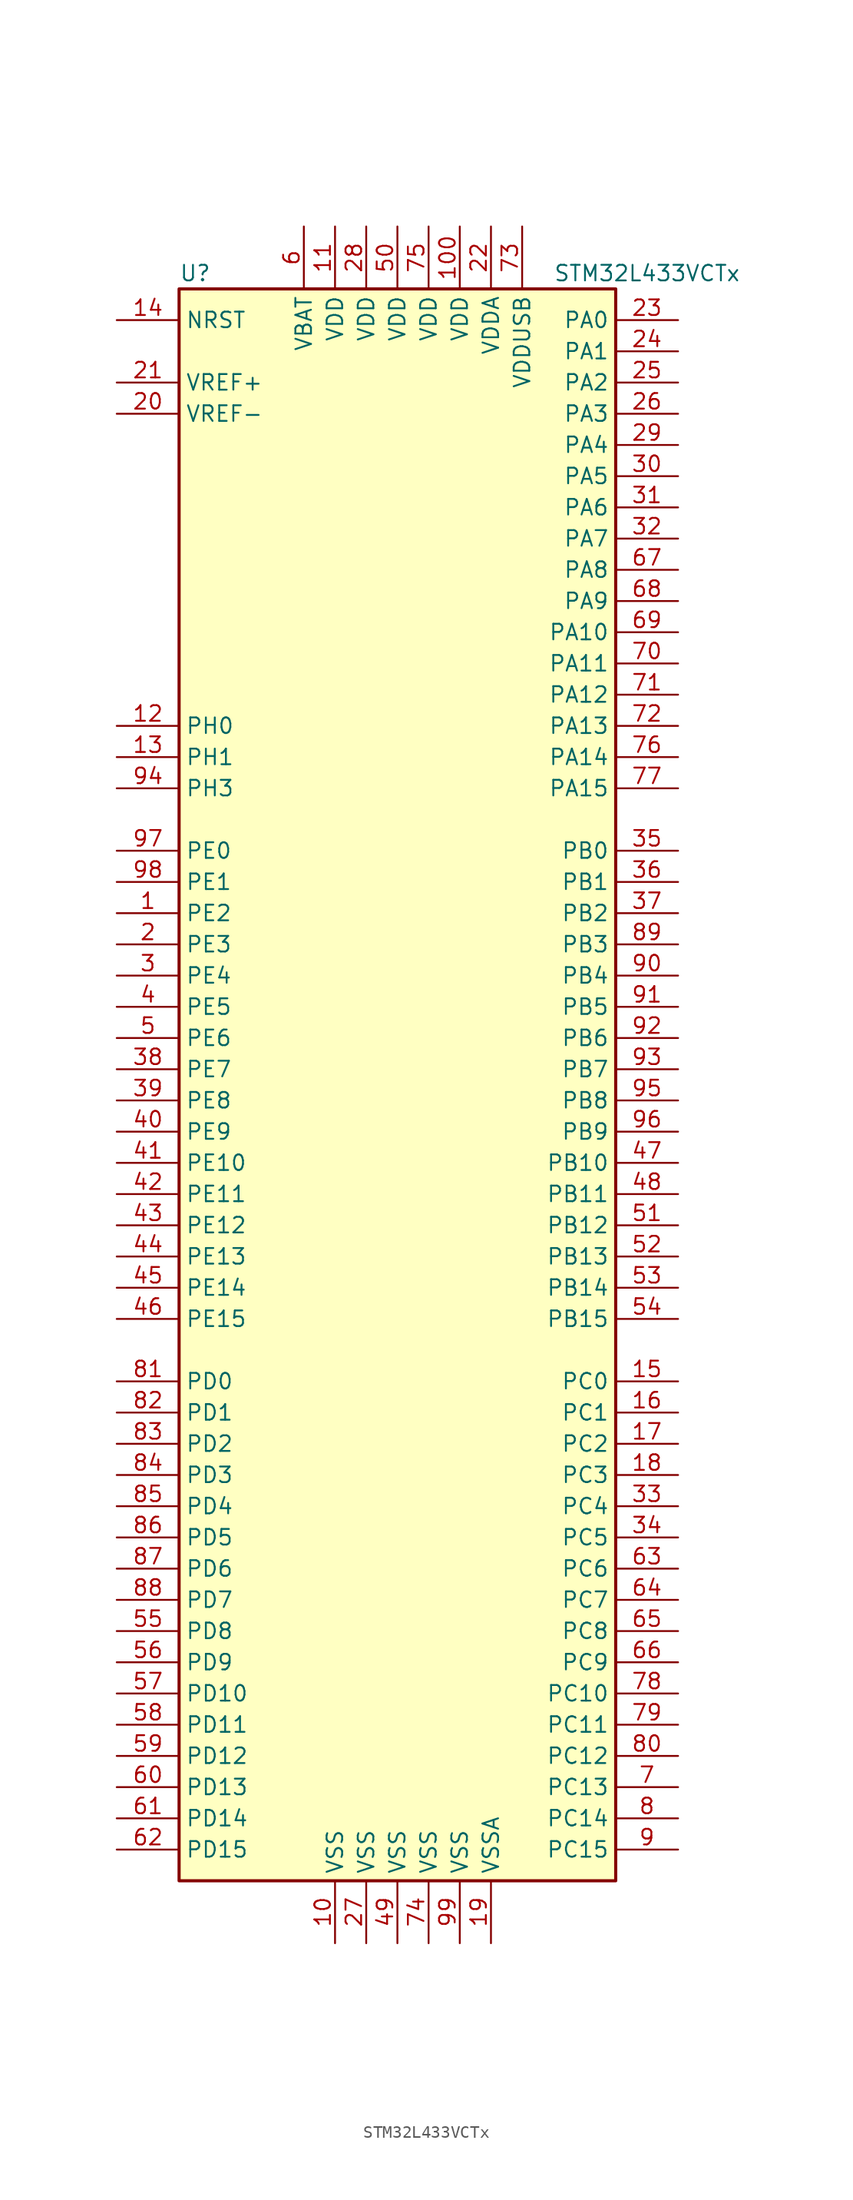
<source format=kicad_sym>
(kicad_symbol_lib
  (version 20220914)
  (generator kicad_symbol_editor)
  (symbol "STM32L433VCTx"
    (property "Reference" "U"
      (at -17.78 64.77 0)
      (effects (font (size 1.27 1.27)) (justify left)))
    (property "Value" "STM32L433VCTx"
      (at 12.7 64.77 0)
      (effects (font (size 1.27 1.27)) (justify left)))
    (symbol "STM32L433VCTx_0_1"
      (rectangle (start -17.78 -66.04) (end 17.78 63.5) (stroke (width 0.254) (type default)) (fill (type background))))
    (symbol "STM32L433VCTx_1_1"
      (pin bidirectional line (at -22.86 12.7 0) (length 5.08) (name "PE2" (effects (font (size 1.27 1.27)))) (number "1" (effects (font (size 1.27 1.27)))))
      (pin power_in line (at -5.08 -71.12 90) (length 5.08) (name "VSS" (effects (font (size 1.27 1.27)))) (number "10" (effects (font (size 1.27 1.27)))))
      (pin power_in line (at 5.08 68.58 270) (length 5.08) (name "VDD" (effects (font (size 1.27 1.27)))) (number "100" (effects (font (size 1.27 1.27)))))
      (pin power_in line (at -5.08 68.58 270) (length 5.08) (name "VDD" (effects (font (size 1.27 1.27)))) (number "11" (effects (font (size 1.27 1.27)))))
      (pin input line (at -22.86 27.94 0) (length 5.08) (name "PH0" (effects (font (size 1.27 1.27)))) (number "12" (effects (font (size 1.27 1.27)))))
      (pin input line (at -22.86 25.4 0) (length 5.08) (name "PH1" (effects (font (size 1.27 1.27)))) (number "13" (effects (font (size 1.27 1.27)))))
      (pin input line (at -22.86 60.96 0) (length 5.08) (name "NRST" (effects (font (size 1.27 1.27)))) (number "14" (effects (font (size 1.27 1.27)))))
      (pin bidirectional line (at 22.86 -25.4 180) (length 5.08) (name "PC0" (effects (font (size 1.27 1.27)))) (number "15" (effects (font (size 1.27 1.27)))))
      (pin bidirectional line (at 22.86 -27.94 180) (length 5.08) (name "PC1" (effects (font (size 1.27 1.27)))) (number "16" (effects (font (size 1.27 1.27)))))
      (pin bidirectional line (at 22.86 -30.48 180) (length 5.08) (name "PC2" (effects (font (size 1.27 1.27)))) (number "17" (effects (font (size 1.27 1.27)))))
      (pin bidirectional line (at 22.86 -33.02 180) (length 5.08) (name "PC3" (effects (font (size 1.27 1.27)))) (number "18" (effects (font (size 1.27 1.27)))))
      (pin power_in line (at 7.62 -71.12 90) (length 5.08) (name "VSSA" (effects (font (size 1.27 1.27)))) (number "19" (effects (font (size 1.27 1.27)))))
      (pin bidirectional line (at -22.86 10.16 0) (length 5.08) (name "PE3" (effects (font (size 1.27 1.27)))) (number "2" (effects (font (size 1.27 1.27)))))
      (pin power_in line (at -22.86 53.34 0) (length 5.08) (name "VREF-" (effects (font (size 1.27 1.27)))) (number "20" (effects (font (size 1.27 1.27)))))
      (pin bidirectional line (at -22.86 55.88 0) (length 5.08) (name "VREF+" (effects (font (size 1.27 1.27)))) (number "21" (effects (font (size 1.27 1.27)))))
      (pin power_in line (at 7.62 68.58 270) (length 5.08) (name "VDDA" (effects (font (size 1.27 1.27)))) (number "22" (effects (font (size 1.27 1.27)))))
      (pin bidirectional line (at 22.86 60.96 180) (length 5.08) (name "PA0" (effects (font (size 1.27 1.27)))) (number "23" (effects (font (size 1.27 1.27)))))
      (pin bidirectional line (at 22.86 58.42 180) (length 5.08) (name "PA1" (effects (font (size 1.27 1.27)))) (number "24" (effects (font (size 1.27 1.27)))))
      (pin bidirectional line (at 22.86 55.88 180) (length 5.08) (name "PA2" (effects (font (size 1.27 1.27)))) (number "25" (effects (font (size 1.27 1.27)))))
      (pin bidirectional line (at 22.86 53.34 180) (length 5.08) (name "PA3" (effects (font (size 1.27 1.27)))) (number "26" (effects (font (size 1.27 1.27)))))
      (pin power_in line (at -2.54 -71.12 90) (length 5.08) (name "VSS" (effects (font (size 1.27 1.27)))) (number "27" (effects (font (size 1.27 1.27)))))
      (pin power_in line (at -2.54 68.58 270) (length 5.08) (name "VDD" (effects (font (size 1.27 1.27)))) (number "28" (effects (font (size 1.27 1.27)))))
      (pin bidirectional line (at 22.86 50.8 180) (length 5.08) (name "PA4" (effects (font (size 1.27 1.27)))) (number "29" (effects (font (size 1.27 1.27)))))
      (pin bidirectional line (at -22.86 7.62 0) (length 5.08) (name "PE4" (effects (font (size 1.27 1.27)))) (number "3" (effects (font (size 1.27 1.27)))))
      (pin bidirectional line (at 22.86 48.26 180) (length 5.08) (name "PA5" (effects (font (size 1.27 1.27)))) (number "30" (effects (font (size 1.27 1.27)))))
      (pin bidirectional line (at 22.86 45.72 180) (length 5.08) (name "PA6" (effects (font (size 1.27 1.27)))) (number "31" (effects (font (size 1.27 1.27)))))
      (pin bidirectional line (at 22.86 43.18 180) (length 5.08) (name "PA7" (effects (font (size 1.27 1.27)))) (number "32" (effects (font (size 1.27 1.27)))))
      (pin bidirectional line (at 22.86 -35.56 180) (length 5.08) (name "PC4" (effects (font (size 1.27 1.27)))) (number "33" (effects (font (size 1.27 1.27)))))
      (pin bidirectional line (at 22.86 -38.1 180) (length 5.08) (name "PC5" (effects (font (size 1.27 1.27)))) (number "34" (effects (font (size 1.27 1.27)))))
      (pin bidirectional line (at 22.86 17.78 180) (length 5.08) (name "PB0" (effects (font (size 1.27 1.27)))) (number "35" (effects (font (size 1.27 1.27)))))
      (pin bidirectional line (at 22.86 15.24 180) (length 5.08) (name "PB1" (effects (font (size 1.27 1.27)))) (number "36" (effects (font (size 1.27 1.27)))))
      (pin bidirectional line (at 22.86 12.7 180) (length 5.08) (name "PB2" (effects (font (size 1.27 1.27)))) (number "37" (effects (font (size 1.27 1.27)))))
      (pin bidirectional line (at -22.86 0 0) (length 5.08) (name "PE7" (effects (font (size 1.27 1.27)))) (number "38" (effects (font (size 1.27 1.27)))))
      (pin bidirectional line (at -22.86 -2.54 0) (length 5.08) (name "PE8" (effects (font (size 1.27 1.27)))) (number "39" (effects (font (size 1.27 1.27)))))
      (pin bidirectional line (at -22.86 5.08 0) (length 5.08) (name "PE5" (effects (font (size 1.27 1.27)))) (number "4" (effects (font (size 1.27 1.27)))))
      (pin bidirectional line (at -22.86 -5.08 0) (length 5.08) (name "PE9" (effects (font (size 1.27 1.27)))) (number "40" (effects (font (size 1.27 1.27)))))
      (pin bidirectional line (at -22.86 -7.62 0) (length 5.08) (name "PE10" (effects (font (size 1.27 1.27)))) (number "41" (effects (font (size 1.27 1.27)))))
      (pin bidirectional line (at -22.86 -10.16 0) (length 5.08) (name "PE11" (effects (font (size 1.27 1.27)))) (number "42" (effects (font (size 1.27 1.27)))))
      (pin bidirectional line (at -22.86 -12.7 0) (length 5.08) (name "PE12" (effects (font (size 1.27 1.27)))) (number "43" (effects (font (size 1.27 1.27)))))
      (pin bidirectional line (at -22.86 -15.24 0) (length 5.08) (name "PE13" (effects (font (size 1.27 1.27)))) (number "44" (effects (font (size 1.27 1.27)))))
      (pin bidirectional line (at -22.86 -17.78 0) (length 5.08) (name "PE14" (effects (font (size 1.27 1.27)))) (number "45" (effects (font (size 1.27 1.27)))))
      (pin bidirectional line (at -22.86 -20.32 0) (length 5.08) (name "PE15" (effects (font (size 1.27 1.27)))) (number "46" (effects (font (size 1.27 1.27)))))
      (pin bidirectional line (at 22.86 -7.62 180) (length 5.08) (name "PB10" (effects (font (size 1.27 1.27)))) (number "47" (effects (font (size 1.27 1.27)))))
      (pin bidirectional line (at 22.86 -10.16 180) (length 5.08) (name "PB11" (effects (font (size 1.27 1.27)))) (number "48" (effects (font (size 1.27 1.27)))))
      (pin power_in line (at 0 -71.12 90) (length 5.08) (name "VSS" (effects (font (size 1.27 1.27)))) (number "49" (effects (font (size 1.27 1.27)))))
      (pin bidirectional line (at -22.86 2.54 0) (length 5.08) (name "PE6" (effects (font (size 1.27 1.27)))) (number "5" (effects (font (size 1.27 1.27)))))
      (pin power_in line (at 0 68.58 270) (length 5.08) (name "VDD" (effects (font (size 1.27 1.27)))) (number "50" (effects (font (size 1.27 1.27)))))
      (pin bidirectional line (at 22.86 -12.7 180) (length 5.08) (name "PB12" (effects (font (size 1.27 1.27)))) (number "51" (effects (font (size 1.27 1.27)))))
      (pin bidirectional line (at 22.86 -15.24 180) (length 5.08) (name "PB13" (effects (font (size 1.27 1.27)))) (number "52" (effects (font (size 1.27 1.27)))))
      (pin bidirectional line (at 22.86 -17.78 180) (length 5.08) (name "PB14" (effects (font (size 1.27 1.27)))) (number "53" (effects (font (size 1.27 1.27)))))
      (pin bidirectional line (at 22.86 -20.32 180) (length 5.08) (name "PB15" (effects (font (size 1.27 1.27)))) (number "54" (effects (font (size 1.27 1.27)))))
      (pin bidirectional line (at -22.86 -45.72 0) (length 5.08) (name "PD8" (effects (font (size 1.27 1.27)))) (number "55" (effects (font (size 1.27 1.27)))))
      (pin bidirectional line (at -22.86 -48.26 0) (length 5.08) (name "PD9" (effects (font (size 1.27 1.27)))) (number "56" (effects (font (size 1.27 1.27)))))
      (pin bidirectional line (at -22.86 -50.8 0) (length 5.08) (name "PD10" (effects (font (size 1.27 1.27)))) (number "57" (effects (font (size 1.27 1.27)))))
      (pin bidirectional line (at -22.86 -53.34 0) (length 5.08) (name "PD11" (effects (font (size 1.27 1.27)))) (number "58" (effects (font (size 1.27 1.27)))))
      (pin bidirectional line (at -22.86 -55.88 0) (length 5.08) (name "PD12" (effects (font (size 1.27 1.27)))) (number "59" (effects (font (size 1.27 1.27)))))
      (pin power_in line (at -7.62 68.58 270) (length 5.08) (name "VBAT" (effects (font (size 1.27 1.27)))) (number "6" (effects (font (size 1.27 1.27)))))
      (pin bidirectional line (at -22.86 -58.42 0) (length 5.08) (name "PD13" (effects (font (size 1.27 1.27)))) (number "60" (effects (font (size 1.27 1.27)))))
      (pin bidirectional line (at -22.86 -60.96 0) (length 5.08) (name "PD14" (effects (font (size 1.27 1.27)))) (number "61" (effects (font (size 1.27 1.27)))))
      (pin bidirectional line (at -22.86 -63.5 0) (length 5.08) (name "PD15" (effects (font (size 1.27 1.27)))) (number "62" (effects (font (size 1.27 1.27)))))
      (pin bidirectional line (at 22.86 -40.64 180) (length 5.08) (name "PC6" (effects (font (size 1.27 1.27)))) (number "63" (effects (font (size 1.27 1.27)))))
      (pin bidirectional line (at 22.86 -43.18 180) (length 5.08) (name "PC7" (effects (font (size 1.27 1.27)))) (number "64" (effects (font (size 1.27 1.27)))))
      (pin bidirectional line (at 22.86 -45.72 180) (length 5.08) (name "PC8" (effects (font (size 1.27 1.27)))) (number "65" (effects (font (size 1.27 1.27)))))
      (pin bidirectional line (at 22.86 -48.26 180) (length 5.08) (name "PC9" (effects (font (size 1.27 1.27)))) (number "66" (effects (font (size 1.27 1.27)))))
      (pin bidirectional line (at 22.86 40.64 180) (length 5.08) (name "PA8" (effects (font (size 1.27 1.27)))) (number "67" (effects (font (size 1.27 1.27)))))
      (pin bidirectional line (at 22.86 38.1 180) (length 5.08) (name "PA9" (effects (font (size 1.27 1.27)))) (number "68" (effects (font (size 1.27 1.27)))))
      (pin bidirectional line (at 22.86 35.56 180) (length 5.08) (name "PA10" (effects (font (size 1.27 1.27)))) (number "69" (effects (font (size 1.27 1.27)))))
      (pin bidirectional line (at 22.86 -58.42 180) (length 5.08) (name "PC13" (effects (font (size 1.27 1.27)))) (number "7" (effects (font (size 1.27 1.27)))))
      (pin bidirectional line (at 22.86 33.02 180) (length 5.08) (name "PA11" (effects (font (size 1.27 1.27)))) (number "70" (effects (font (size 1.27 1.27)))))
      (pin bidirectional line (at 22.86 30.48 180) (length 5.08) (name "PA12" (effects (font (size 1.27 1.27)))) (number "71" (effects (font (size 1.27 1.27)))))
      (pin bidirectional line (at 22.86 27.94 180) (length 5.08) (name "PA13" (effects (font (size 1.27 1.27)))) (number "72" (effects (font (size 1.27 1.27)))))
      (pin power_in line (at 10.16 68.58 270) (length 5.08) (name "VDDUSB" (effects (font (size 1.27 1.27)))) (number "73" (effects (font (size 1.27 1.27)))))
      (pin power_in line (at 2.54 -71.12 90) (length 5.08) (name "VSS" (effects (font (size 1.27 1.27)))) (number "74" (effects (font (size 1.27 1.27)))))
      (pin power_in line (at 2.54 68.58 270) (length 5.08) (name "VDD" (effects (font (size 1.27 1.27)))) (number "75" (effects (font (size 1.27 1.27)))))
      (pin bidirectional line (at 22.86 25.4 180) (length 5.08) (name "PA14" (effects (font (size 1.27 1.27)))) (number "76" (effects (font (size 1.27 1.27)))))
      (pin bidirectional line (at 22.86 22.86 180) (length 5.08) (name "PA15" (effects (font (size 1.27 1.27)))) (number "77" (effects (font (size 1.27 1.27)))))
      (pin bidirectional line (at 22.86 -50.8 180) (length 5.08) (name "PC10" (effects (font (size 1.27 1.27)))) (number "78" (effects (font (size 1.27 1.27)))))
      (pin bidirectional line (at 22.86 -53.34 180) (length 5.08) (name "PC11" (effects (font (size 1.27 1.27)))) (number "79" (effects (font (size 1.27 1.27)))))
      (pin bidirectional line (at 22.86 -60.96 180) (length 5.08) (name "PC14" (effects (font (size 1.27 1.27)))) (number "8" (effects (font (size 1.27 1.27)))))
      (pin bidirectional line (at 22.86 -55.88 180) (length 5.08) (name "PC12" (effects (font (size 1.27 1.27)))) (number "80" (effects (font (size 1.27 1.27)))))
      (pin bidirectional line (at -22.86 -25.4 0) (length 5.08) (name "PD0" (effects (font (size 1.27 1.27)))) (number "81" (effects (font (size 1.27 1.27)))))
      (pin bidirectional line (at -22.86 -27.94 0) (length 5.08) (name "PD1" (effects (font (size 1.27 1.27)))) (number "82" (effects (font (size 1.27 1.27)))))
      (pin bidirectional line (at -22.86 -30.48 0) (length 5.08) (name "PD2" (effects (font (size 1.27 1.27)))) (number "83" (effects (font (size 1.27 1.27)))))
      (pin bidirectional line (at -22.86 -33.02 0) (length 5.08) (name "PD3" (effects (font (size 1.27 1.27)))) (number "84" (effects (font (size 1.27 1.27)))))
      (pin bidirectional line (at -22.86 -35.56 0) (length 5.08) (name "PD4" (effects (font (size 1.27 1.27)))) (number "85" (effects (font (size 1.27 1.27)))))
      (pin bidirectional line (at -22.86 -38.1 0) (length 5.08) (name "PD5" (effects (font (size 1.27 1.27)))) (number "86" (effects (font (size 1.27 1.27)))))
      (pin bidirectional line (at -22.86 -40.64 0) (length 5.08) (name "PD6" (effects (font (size 1.27 1.27)))) (number "87" (effects (font (size 1.27 1.27)))))
      (pin bidirectional line (at -22.86 -43.18 0) (length 5.08) (name "PD7" (effects (font (size 1.27 1.27)))) (number "88" (effects (font (size 1.27 1.27)))))
      (pin bidirectional line (at 22.86 10.16 180) (length 5.08) (name "PB3" (effects (font (size 1.27 1.27)))) (number "89" (effects (font (size 1.27 1.27)))))
      (pin bidirectional line (at 22.86 -63.5 180) (length 5.08) (name "PC15" (effects (font (size 1.27 1.27)))) (number "9" (effects (font (size 1.27 1.27)))))
      (pin bidirectional line (at 22.86 7.62 180) (length 5.08) (name "PB4" (effects (font (size 1.27 1.27)))) (number "90" (effects (font (size 1.27 1.27)))))
      (pin bidirectional line (at 22.86 5.08 180) (length 5.08) (name "PB5" (effects (font (size 1.27 1.27)))) (number "91" (effects (font (size 1.27 1.27)))))
      (pin bidirectional line (at 22.86 2.54 180) (length 5.08) (name "PB6" (effects (font (size 1.27 1.27)))) (number "92" (effects (font (size 1.27 1.27)))))
      (pin bidirectional line (at 22.86 0 180) (length 5.08) (name "PB7" (effects (font (size 1.27 1.27)))) (number "93" (effects (font (size 1.27 1.27)))))
      (pin bidirectional line (at -22.86 22.86 0) (length 5.08) (name "PH3" (effects (font (size 1.27 1.27)))) (number "94" (effects (font (size 1.27 1.27)))))
      (pin bidirectional line (at 22.86 -2.54 180) (length 5.08) (name "PB8" (effects (font (size 1.27 1.27)))) (number "95" (effects (font (size 1.27 1.27)))))
      (pin bidirectional line (at 22.86 -5.08 180) (length 5.08) (name "PB9" (effects (font (size 1.27 1.27)))) (number "96" (effects (font (size 1.27 1.27)))))
      (pin bidirectional line (at -22.86 17.78 0) (length 5.08) (name "PE0" (effects (font (size 1.27 1.27)))) (number "97" (effects (font (size 1.27 1.27)))))
      (pin bidirectional line (at -22.86 15.24 0) (length 5.08) (name "PE1" (effects (font (size 1.27 1.27)))) (number "98" (effects (font (size 1.27 1.27)))))
      (pin power_in line (at 5.08 -71.12 90) (length 5.08) (name "VSS" (effects (font (size 1.27 1.27)))) (number "99" (effects (font (size 1.27 1.27))))))))
</source>
